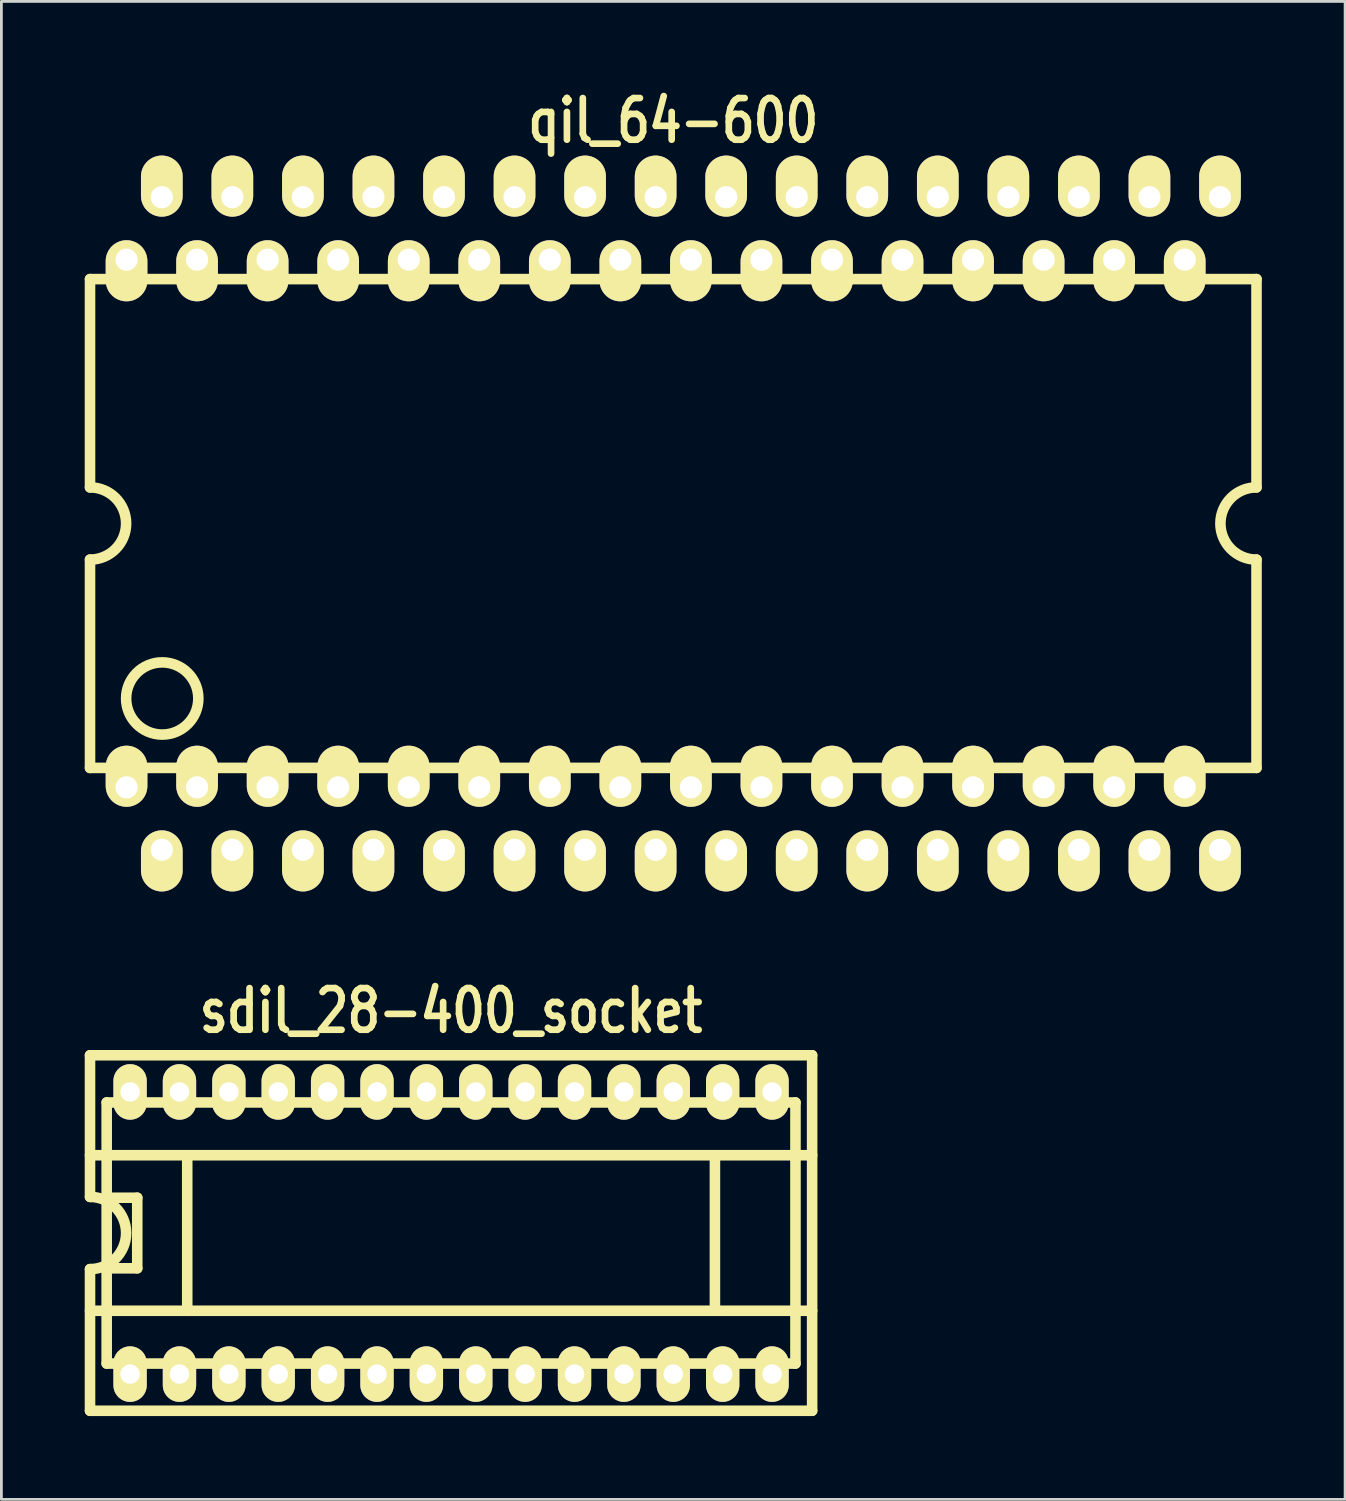
<source format=kicad_pcb>
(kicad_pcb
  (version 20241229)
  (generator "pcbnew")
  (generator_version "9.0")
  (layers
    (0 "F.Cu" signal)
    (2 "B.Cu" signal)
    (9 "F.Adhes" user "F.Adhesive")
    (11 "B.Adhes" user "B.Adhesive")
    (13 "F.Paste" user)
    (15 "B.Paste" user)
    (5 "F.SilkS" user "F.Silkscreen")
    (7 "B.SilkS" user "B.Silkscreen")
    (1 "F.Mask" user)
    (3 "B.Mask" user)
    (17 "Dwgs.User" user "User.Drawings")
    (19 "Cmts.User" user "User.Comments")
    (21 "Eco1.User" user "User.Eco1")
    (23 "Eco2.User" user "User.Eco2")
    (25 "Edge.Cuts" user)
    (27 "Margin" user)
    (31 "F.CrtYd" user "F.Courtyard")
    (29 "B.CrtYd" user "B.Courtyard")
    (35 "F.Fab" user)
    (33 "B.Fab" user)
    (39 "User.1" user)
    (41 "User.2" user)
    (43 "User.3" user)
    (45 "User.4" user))
  (footprint "sdil_28-400_socket"
    (layer "F.Cu")
    (at 13.191 41.345)
    (property "Reference" "sdil_28-400_socket" (at 0 -8 0) (layer "F.SilkS") (effects (font (size 1.5 1.2) (thickness 0.24))))
    (attr through_hole)
    (fp_line (start -13 -6.4) (end -13 -1.3) (stroke (width 0.381) (type solid)) (layer "F.SilkS"))
    (fp_line (start -13 -2.8) (end 13 -2.8) (stroke (width 0.381) (type solid)) (layer "F.SilkS"))
    (fp_line (start -13 1.3) (end -13 6.4) (stroke (width 0.381) (type solid)) (layer "F.SilkS"))
    (fp_line (start -13 6.4) (end 13 6.4) (stroke (width 0.381) (type solid)) (layer "F.SilkS"))
    (fp_line (start -12.4 -4.7) (end -12.4 4.7) (stroke (width 0.381) (type solid)) (layer "F.SilkS"))
    (fp_line (start -11.3 -1.27) (end -12.4 -1.27) (stroke (width 0.381) (type solid)) (layer "F.SilkS"))
    (fp_line (start -11.3 -1.27) (end -11.3 1.27) (stroke (width 0.381) (type solid)) (layer "F.SilkS"))
    (fp_line (start -11.3 1.27) (end -12.4 1.27) (stroke (width 0.381) (type solid)) (layer "F.SilkS"))
    (fp_line (start -9.5 -2.8) (end -9.5 2.8) (stroke (width 0.381) (type solid)) (layer "F.SilkS"))
    (fp_line (start 9.5 2.8) (end 9.5 -2.8) (stroke (width 0.381) (type solid)) (layer "F.SilkS"))
    (fp_line (start 12.4 -4.7) (end -12.4 -4.7) (stroke (width 0.381) (type solid)) (layer "F.SilkS"))
    (fp_line (start 12.4 4.7) (end -12.4 4.7) (stroke (width 0.381) (type solid)) (layer "F.SilkS"))
    (fp_line (start 12.4 4.7) (end 12.4 -4.7) (stroke (width 0.381) (type solid)) (layer "F.SilkS"))
    (fp_line (start 13 -6.4) (end -13 -6.4) (stroke (width 0.381) (type solid)) (layer "F.SilkS"))
    (fp_line (start 13 2.8) (end -13 2.8) (stroke (width 0.381) (type solid)) (layer "F.SilkS"))
    (fp_line (start 13 6.4) (end 13 -6.4) (stroke (width 0.381) (type solid)) (layer "F.SilkS"))
    (fp_arc (start -13 -1.3) (mid -11.7 0) (end -13 1.3) (stroke (width 0.381) (type solid)) (layer "F.SilkS"))
    (pad "1" thru_hole oval (at -11.557 5.08) (size 1.2 2) (drill 0.7) (layers "*.Cu" "*.Mask" "F.SilkS"))
    (pad "2" thru_hole oval (at -9.779 5.08) (size 1.2 2) (drill 0.7) (layers "*.Cu" "*.Mask" "F.SilkS"))
    (pad "3" thru_hole oval (at -8.001 5.08) (size 1.2 2) (drill 0.7) (layers "*.Cu" "*.Mask" "F.SilkS"))
    (pad "4" thru_hole oval (at -6.223 5.08) (size 1.2 2) (drill 0.7) (layers "*.Cu" "*.Mask" "F.SilkS"))
    (pad "5" thru_hole oval (at -4.445 5.08) (size 1.2 2) (drill 0.7) (layers "*.Cu" "*.Mask" "F.SilkS"))
    (pad "6" thru_hole oval (at -2.667 5.08) (size 1.2 2) (drill 0.7) (layers "*.Cu" "*.Mask" "F.SilkS"))
    (pad "7" thru_hole oval (at -0.889 5.08) (size 1.2 2) (drill 0.7) (layers "*.Cu" "*.Mask" "F.SilkS"))
    (pad "8" thru_hole oval (at 0.889 5.08) (size 1.2 2) (drill 0.7) (layers "*.Cu" "*.Mask" "F.SilkS"))
    (pad "9" thru_hole oval (at 2.667 5.08) (size 1.2 2) (drill 0.7) (layers "*.Cu" "*.Mask" "F.SilkS"))
    (pad "10" thru_hole oval (at 4.445 5.08) (size 1.2 2) (drill 0.7) (layers "*.Cu" "*.Mask" "F.SilkS"))
    (pad "11" thru_hole oval (at 6.223 5.08) (size 1.2 2) (drill 0.7) (layers "*.Cu" "*.Mask" "F.SilkS"))
    (pad "12" thru_hole oval (at 8.001 5.08) (size 1.2 2) (drill 0.7) (layers "*.Cu" "*.Mask" "F.SilkS"))
    (pad "13" thru_hole oval (at 9.779 5.08) (size 1.2 2) (drill 0.7) (layers "*.Cu" "*.Mask" "F.SilkS"))
    (pad "14" thru_hole oval (at 11.557 5.08) (size 1.2 2) (drill 0.7) (layers "*.Cu" "*.Mask" "F.SilkS"))
    (pad "15" thru_hole oval (at 11.557 -5.08) (size 1.2 2) (drill 0.7) (layers "*.Cu" "*.Mask" "F.SilkS"))
    (pad "16" thru_hole oval (at 9.779 -5.08) (size 1.2 2) (drill 0.7) (layers "*.Cu" "*.Mask" "F.SilkS"))
    (pad "17" thru_hole oval (at 8.001 -5.08) (size 1.2 2) (drill 0.7) (layers "*.Cu" "*.Mask" "F.SilkS"))
    (pad "18" thru_hole oval (at 6.223 -5.08) (size 1.2 2) (drill 0.7) (layers "*.Cu" "*.Mask" "F.SilkS"))
    (pad "19" thru_hole oval (at 4.445 -5.08) (size 1.2 2) (drill 0.7) (layers "*.Cu" "*.Mask" "F.SilkS"))
    (pad "20" thru_hole oval (at 2.667 -5.08) (size 1.2 2) (drill 0.7) (layers "*.Cu" "*.Mask" "F.SilkS"))
    (pad "21" thru_hole oval (at 0.889 -5.08) (size 1.2 2) (drill 0.7) (layers "*.Cu" "*.Mask" "F.SilkS"))
    (pad "22" thru_hole oval (at -0.889 -5.08) (size 1.2 2) (drill 0.7) (layers "*.Cu" "*.Mask" "F.SilkS"))
    (pad "23" thru_hole oval (at -2.667 -5.08) (size 1.2 2) (drill 0.7) (layers "*.Cu" "*.Mask" "F.SilkS"))
    (pad "24" thru_hole oval (at -4.445 -5.08) (size 1.2 2) (drill 0.7) (layers "*.Cu" "*.Mask" "F.SilkS"))
    (pad "25" thru_hole oval (at -6.223 -5.08) (size 1.2 2) (drill 0.7) (layers "*.Cu" "*.Mask" "F.SilkS"))
    (pad "26" thru_hole oval (at -8.001 -5.08) (size 1.2 2) (drill 0.7) (layers "*.Cu" "*.Mask" "F.SilkS"))
    (pad "27" thru_hole oval (at -9.779 -5.08) (size 1.2 2) (drill 0.7) (layers "*.Cu" "*.Mask" "F.SilkS"))
    (pad "28" thru_hole oval (at -11.557 -5.08) (size 1.2 2) (drill 0.7) (layers "*.Cu" "*.Mask" "F.SilkS")))
  (footprint "qil_64-600"
    (layer "F.Cu")
    (at 21.191 15.799)
    (property "Reference" "qil_64-600" (at 0 -14.5 0) (layer "F.SilkS") (effects (font (size 1.5 1.2) (thickness 0.24))))
    (attr through_hole)
    (fp_line (start -21 -8.8) (end -21 -1.3) (stroke (width 0.381) (type solid)) (layer "F.SilkS"))
    (fp_line (start -21 8.8) (end -21 1.3) (stroke (width 0.381) (type solid)) (layer "F.SilkS"))
    (fp_line (start 21 -8.8) (end -21 -8.8) (stroke (width 0.381) (type solid)) (layer "F.SilkS"))
    (fp_line (start 21 -1.3) (end 21 -8.8) (stroke (width 0.381) (type solid)) (layer "F.SilkS"))
    (fp_line (start 21 8.8) (end -21 8.8) (stroke (width 0.381) (type solid)) (layer "F.SilkS"))
    (fp_line (start 21 8.8) (end 21 1.3) (stroke (width 0.381) (type solid)) (layer "F.SilkS"))
    (fp_arc (start -21 -1.3) (mid -19.7 0) (end -21 1.3) (stroke (width 0.381) (type solid)) (layer "F.SilkS"))
    (fp_arc (start 21 1.3) (mid 19.7 0) (end 21 -1.3) (stroke (width 0.381) (type solid)) (layer "F.SilkS"))
    (fp_circle (center -18.4 6.3) (end -17.1 6.3) (stroke (width 0.381) (type solid)) (fill no) (layer "F.SilkS"))
    (pad "1" thru_hole oval (at -19.685 9.5) (size 1.5 2.2) (drill 0.8 (offset 0 -0.4)) (layers "*.Cu" "*.Mask" "F.SilkS"))
    (pad "2" thru_hole oval (at -18.415 11.748) (size 1.5 2.2) (drill 0.8 (offset 0 0.4)) (layers "*.Cu" "*.Mask" "F.SilkS"))
    (pad "3" thru_hole oval (at -17.145 9.5) (size 1.5 2.2) (drill 0.8 (offset 0 -0.4)) (layers "*.Cu" "*.Mask" "F.SilkS"))
    (pad "4" thru_hole oval (at -15.875 11.748) (size 1.5 2.2) (drill 0.8 (offset 0 0.4)) (layers "*.Cu" "*.Mask" "F.SilkS"))
    (pad "5" thru_hole oval (at -14.605 9.5) (size 1.5 2.2) (drill 0.8 (offset 0 -0.4)) (layers "*.Cu" "*.Mask" "F.SilkS"))
    (pad "6" thru_hole oval (at -13.335 11.748) (size 1.5 2.2) (drill 0.8 (offset 0 0.4)) (layers "*.Cu" "*.Mask" "F.SilkS"))
    (pad "7" thru_hole oval (at -12.065 9.5) (size 1.5 2.2) (drill 0.8 (offset 0 -0.4)) (layers "*.Cu" "*.Mask" "F.SilkS"))
    (pad "8" thru_hole oval (at -10.795 11.748) (size 1.5 2.2) (drill 0.8 (offset 0 0.4)) (layers "*.Cu" "*.Mask" "F.SilkS"))
    (pad "9" thru_hole oval (at -9.525 9.5) (size 1.5 2.2) (drill 0.8 (offset 0 -0.4)) (layers "*.Cu" "*.Mask" "F.SilkS"))
    (pad "10" thru_hole oval (at -8.255 11.748) (size 1.5 2.2) (drill 0.8 (offset 0 0.4)) (layers "*.Cu" "*.Mask" "F.SilkS"))
    (pad "11" thru_hole oval (at -6.985 9.5) (size 1.5 2.2) (drill 0.8 (offset 0 -0.4)) (layers "*.Cu" "*.Mask" "F.SilkS"))
    (pad "12" thru_hole oval (at -5.715 11.748) (size 1.5 2.2) (drill 0.8 (offset 0 0.4)) (layers "*.Cu" "*.Mask" "F.SilkS"))
    (pad "13" thru_hole oval (at -4.445 9.5) (size 1.5 2.2) (drill 0.8 (offset 0 -0.4)) (layers "*.Cu" "*.Mask" "F.SilkS"))
    (pad "14" thru_hole oval (at -3.175 11.748) (size 1.5 2.2) (drill 0.8 (offset 0 0.4)) (layers "*.Cu" "*.Mask" "F.SilkS"))
    (pad "15" thru_hole oval (at -1.905 9.5) (size 1.5 2.2) (drill 0.8 (offset 0 -0.4)) (layers "*.Cu" "*.Mask" "F.SilkS"))
    (pad "16" thru_hole oval (at -0.635 11.748) (size 1.5 2.2) (drill 0.8 (offset 0 0.4)) (layers "*.Cu" "*.Mask" "F.SilkS"))
    (pad "17" thru_hole oval (at 0.635 9.5) (size 1.5 2.2) (drill 0.8 (offset 0 -0.4)) (layers "*.Cu" "*.Mask" "F.SilkS"))
    (pad "18" thru_hole oval (at 1.905 11.748) (size 1.5 2.2) (drill 0.8 (offset 0 0.4)) (layers "*.Cu" "*.Mask" "F.SilkS"))
    (pad "19" thru_hole oval (at 3.175 9.5) (size 1.5 2.2) (drill 0.8 (offset 0 -0.4)) (layers "*.Cu" "*.Mask" "F.SilkS"))
    (pad "20" thru_hole oval (at 4.445 11.748) (size 1.5 2.2) (drill 0.8 (offset 0 0.4)) (layers "*.Cu" "*.Mask" "F.SilkS"))
    (pad "21" thru_hole oval (at 5.715 9.5) (size 1.5 2.2) (drill 0.8 (offset 0 -0.4)) (layers "*.Cu" "*.Mask" "F.SilkS"))
    (pad "22" thru_hole oval (at 6.985 11.748) (size 1.5 2.2) (drill 0.8 (offset 0 0.4)) (layers "*.Cu" "*.Mask" "F.SilkS"))
    (pad "23" thru_hole oval (at 8.255 9.5) (size 1.5 2.2) (drill 0.8 (offset 0 -0.4)) (layers "*.Cu" "*.Mask" "F.SilkS"))
    (pad "24" thru_hole oval (at 9.525 11.748) (size 1.5 2.2) (drill 0.8 (offset 0 0.4)) (layers "*.Cu" "*.Mask" "F.SilkS"))
    (pad "25" thru_hole oval (at 10.795 9.5) (size 1.5 2.2) (drill 0.8 (offset 0 -0.4)) (layers "*.Cu" "*.Mask" "F.SilkS"))
    (pad "26" thru_hole oval (at 12.065 11.748) (size 1.5 2.2) (drill 0.8 (offset 0 0.4)) (layers "*.Cu" "*.Mask" "F.SilkS"))
    (pad "27" thru_hole oval (at 13.335 9.5) (size 1.5 2.2) (drill 0.8 (offset 0 -0.4)) (layers "*.Cu" "*.Mask" "F.SilkS"))
    (pad "28" thru_hole oval (at 14.605 11.748) (size 1.5 2.2) (drill 0.8 (offset 0 0.4)) (layers "*.Cu" "*.Mask" "F.SilkS"))
    (pad "29" thru_hole oval (at 15.875 9.5) (size 1.5 2.2) (drill 0.8 (offset 0 -0.4)) (layers "*.Cu" "*.Mask" "F.SilkS"))
    (pad "30" thru_hole oval (at 17.145 11.748) (size 1.5 2.2) (drill 0.8 (offset 0 0.4)) (layers "*.Cu" "*.Mask" "F.SilkS"))
    (pad "31" thru_hole oval (at 18.415 9.5) (size 1.5 2.2) (drill 0.8 (offset 0 -0.4)) (layers "*.Cu" "*.Mask" "F.SilkS"))
    (pad "32" thru_hole oval (at 19.685 11.748) (size 1.5 2.2) (drill 0.8 (offset 0 0.4)) (layers "*.Cu" "*.Mask" "F.SilkS"))
    (pad "33" thru_hole oval (at 19.685 -11.748) (size 1.5 2.2) (drill 0.8 (offset 0 -0.4)) (layers "*.Cu" "*.Mask" "F.SilkS"))
    (pad "34" thru_hole oval (at 18.415 -9.5) (size 1.5 2.2) (drill 0.8 (offset 0 0.4)) (layers "*.Cu" "*.Mask" "F.SilkS"))
    (pad "35" thru_hole oval (at 17.145 -11.748) (size 1.5 2.2) (drill 0.8 (offset 0 -0.4)) (layers "*.Cu" "*.Mask" "F.SilkS"))
    (pad "36" thru_hole oval (at 15.875 -9.5) (size 1.5 2.2) (drill 0.8 (offset 0 0.4)) (layers "*.Cu" "*.Mask" "F.SilkS"))
    (pad "37" thru_hole oval (at 14.605 -11.748) (size 1.5 2.2) (drill 0.8 (offset 0 -0.4)) (layers "*.Cu" "*.Mask" "F.SilkS"))
    (pad "38" thru_hole oval (at 13.335 -9.5) (size 1.5 2.2) (drill 0.8 (offset 0 0.4)) (layers "*.Cu" "*.Mask" "F.SilkS"))
    (pad "39" thru_hole oval (at 12.065 -11.748) (size 1.5 2.2) (drill 0.8 (offset 0 -0.4)) (layers "*.Cu" "*.Mask" "F.SilkS"))
    (pad "40" thru_hole oval (at 10.795 -9.5) (size 1.5 2.2) (drill 0.8 (offset 0 0.4)) (layers "*.Cu" "*.Mask" "F.SilkS"))
    (pad "41" thru_hole oval (at 9.525 -11.748) (size 1.5 2.2) (drill 0.8 (offset 0 -0.4)) (layers "*.Cu" "*.Mask" "F.SilkS"))
    (pad "42" thru_hole oval (at 8.255 -9.5) (size 1.5 2.2) (drill 0.8 (offset 0 0.4)) (layers "*.Cu" "*.Mask" "F.SilkS"))
    (pad "43" thru_hole oval (at 6.985 -11.748) (size 1.5 2.2) (drill 0.8 (offset 0 -0.4)) (layers "*.Cu" "*.Mask" "F.SilkS"))
    (pad "44" thru_hole oval (at 5.715 -9.5) (size 1.5 2.2) (drill 0.8 (offset 0 0.4)) (layers "*.Cu" "*.Mask" "F.SilkS"))
    (pad "45" thru_hole oval (at 4.445 -11.748) (size 1.5 2.2) (drill 0.8 (offset 0 -0.4)) (layers "*.Cu" "*.Mask" "F.SilkS"))
    (pad "46" thru_hole oval (at 3.175 -9.5) (size 1.5 2.2) (drill 0.8 (offset 0 0.4)) (layers "*.Cu" "*.Mask" "F.SilkS"))
    (pad "47" thru_hole oval (at 1.905 -11.748) (size 1.5 2.2) (drill 0.8 (offset 0 -0.4)) (layers "*.Cu" "*.Mask" "F.SilkS"))
    (pad "48" thru_hole oval (at 0.635 -9.5) (size 1.5 2.2) (drill 0.8 (offset 0 0.4)) (layers "*.Cu" "*.Mask" "F.SilkS"))
    (pad "49" thru_hole oval (at -0.635 -11.748) (size 1.5 2.2) (drill 0.8 (offset 0 -0.4)) (layers "*.Cu" "*.Mask" "F.SilkS"))
    (pad "50" thru_hole oval (at -1.905 -9.5) (size 1.5 2.2) (drill 0.8 (offset 0 0.4)) (layers "*.Cu" "*.Mask" "F.SilkS"))
    (pad "51" thru_hole oval (at -3.175 -11.748) (size 1.5 2.2) (drill 0.8 (offset 0 -0.4)) (layers "*.Cu" "*.Mask" "F.SilkS"))
    (pad "52" thru_hole oval (at -4.445 -9.5) (size 1.5 2.2) (drill 0.8 (offset 0 0.4)) (layers "*.Cu" "*.Mask" "F.SilkS"))
    (pad "53" thru_hole oval (at -5.715 -11.748) (size 1.5 2.2) (drill 0.8 (offset 0 -0.4)) (layers "*.Cu" "*.Mask" "F.SilkS"))
    (pad "54" thru_hole oval (at -6.985 -9.5) (size 1.5 2.2) (drill 0.8 (offset 0 0.4)) (layers "*.Cu" "*.Mask" "F.SilkS"))
    (pad "55" thru_hole oval (at -8.255 -11.748) (size 1.5 2.2) (drill 0.8 (offset 0 -0.4)) (layers "*.Cu" "*.Mask" "F.SilkS"))
    (pad "56" thru_hole oval (at -9.525 -9.5) (size 1.5 2.2) (drill 0.8 (offset 0 0.4)) (layers "*.Cu" "*.Mask" "F.SilkS"))
    (pad "57" thru_hole oval (at -10.795 -11.748) (size 1.5 2.2) (drill 0.8 (offset 0 -0.4)) (layers "*.Cu" "*.Mask" "F.SilkS"))
    (pad "58" thru_hole oval (at -12.065 -9.5) (size 1.5 2.2) (drill 0.8 (offset 0 0.4)) (layers "*.Cu" "*.Mask" "F.SilkS"))
    (pad "59" thru_hole oval (at -13.335 -11.748) (size 1.5 2.2) (drill 0.8 (offset 0 -0.4)) (layers "*.Cu" "*.Mask" "F.SilkS"))
    (pad "60" thru_hole oval (at -14.605 -9.5) (size 1.5 2.2) (drill 0.8 (offset 0 0.4)) (layers "*.Cu" "*.Mask" "F.SilkS"))
    (pad "61" thru_hole oval (at -15.875 -11.748) (size 1.5 2.2) (drill 0.8 (offset 0 -0.4)) (layers "*.Cu" "*.Mask" "F.SilkS"))
    (pad "62" thru_hole oval (at -17.145 -9.5) (size 1.5 2.2) (drill 0.8 (offset 0 0.4)) (layers "*.Cu" "*.Mask" "F.SilkS"))
    (pad "63" thru_hole oval (at -18.415 -11.748) (size 1.5 2.2) (drill 0.8 (offset 0 -0.4)) (layers "*.Cu" "*.Mask" "F.SilkS"))
    (pad "64" thru_hole oval (at -19.685 -9.5) (size 1.5 2.2) (drill 0.8 (offset 0 0.4)) (layers "*.Cu" "*.Mask" "F.SilkS")))
  (gr_rect
    (start -3 -3)
    (end 45.381 50.935)
    (stroke (width 0.1) (type default))
    (fill no)
    (layer "Edge.Cuts")))
</source>
